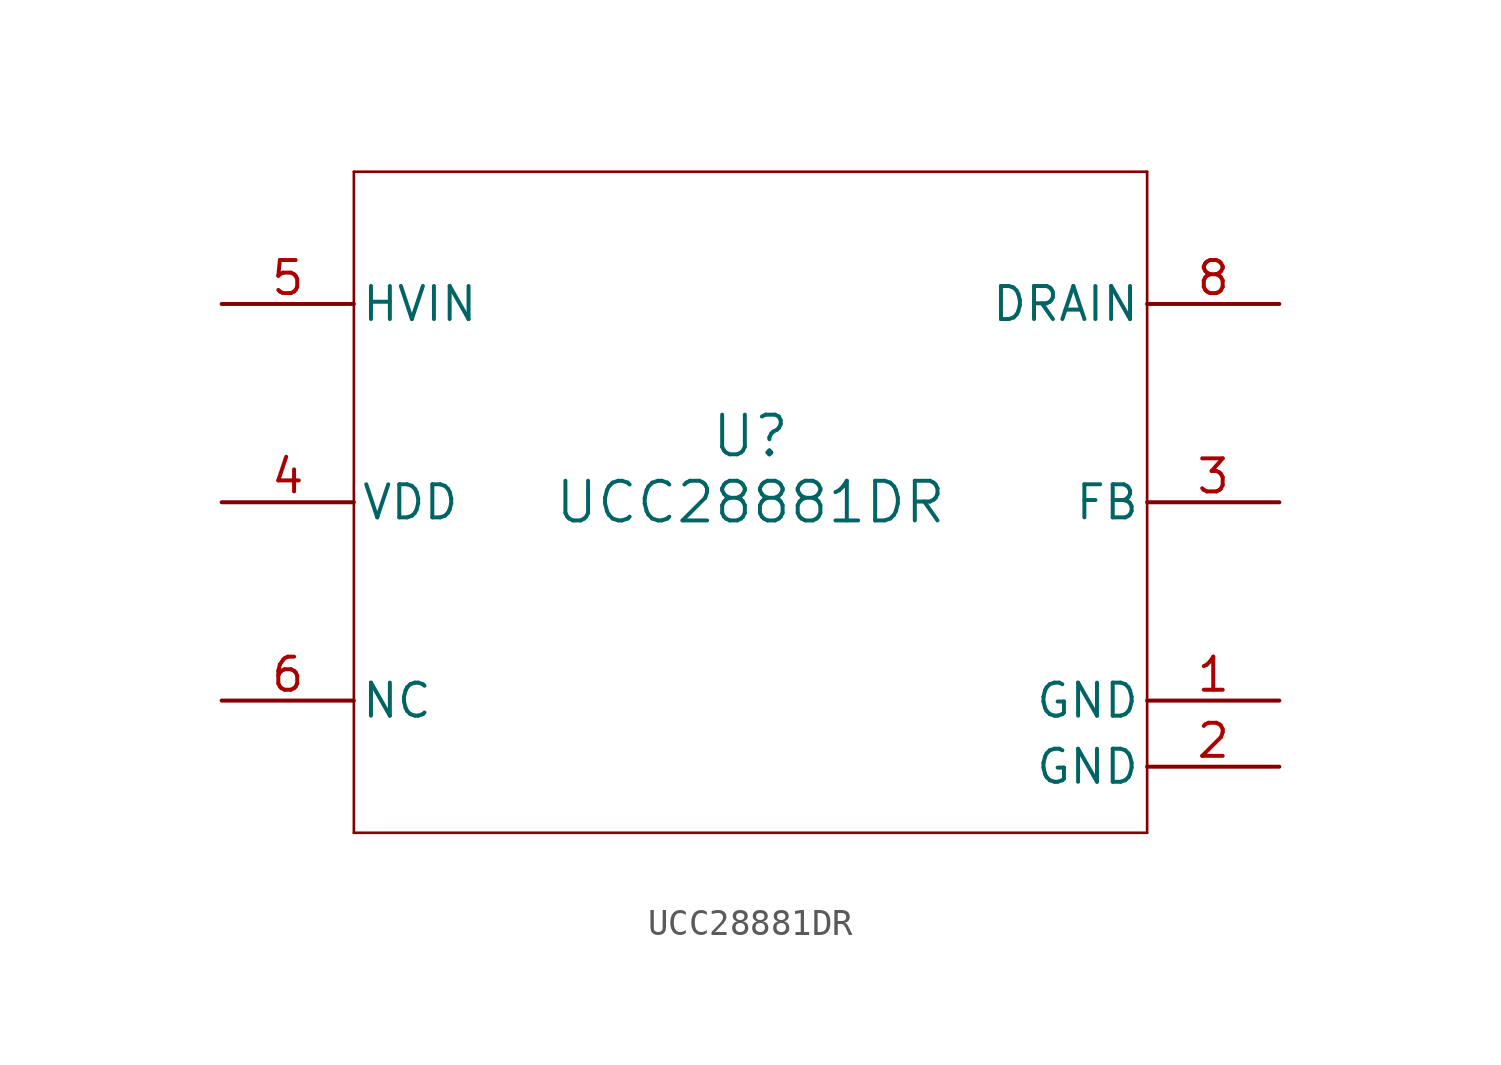
<source format=kicad_sym>
(kicad_symbol_lib
  (version 20211014)
  (generator kicad_symbol_editor)
  (symbol "UCC28881DR"
    (pin_names
      (offset 0.254))
    (property "Reference" "U"
      (at 0 2.54 0)
      (effects (font (size 1.524 1.524))))
    (property "Value" "UCC28881DR"
      (at 0 0 0)
      (effects (font (size 1.524 1.524))))
    (symbol "UCC28881DR_0_1"
      (polyline (pts (xy -15.24 -12.7) (xy 15.24 -12.7)) (stroke (width 0.102) (type default) (color 0 0 0 0)) (fill (type none)))
      (polyline (pts (xy 15.24 -12.7) (xy 15.24 12.7)) (stroke (width 0.102) (type default) (color 0 0 0 0)) (fill (type none)))
      (polyline (pts (xy 15.24 12.7) (xy -15.24 12.7)) (stroke (width 0.102) (type default) (color 0 0 0 0)) (fill (type none)))
      (polyline (pts (xy -15.24 12.7) (xy -15.24 -12.7)) (stroke (width 0.102) (type default) (color 0 0 0 0)) (fill (type none)))
      (pin power_in line (at 20.32 -7.62 180) (length 5.08) (name "GND" (effects (font (size 1.27 1.27)))) (number "1" (effects (font (size 1.27 1.27)))))
      (pin power_in line (at 20.32 -10.16 180) (length 5.08) (name "GND" (effects (font (size 1.27 1.27)))) (number "2" (effects (font (size 1.27 1.27)))))
      (pin input line (at 20.32 0 180) (length 5.08) (name "FB" (effects (font (size 1.27 1.27)))) (number "3" (effects (font (size 1.27 1.27)))))
      (pin power_in line (at -20.32 0 0) (length 5.08) (name "VDD" (effects (font (size 1.27 1.27)))) (number "4" (effects (font (size 1.27 1.27)))))
      (pin power_in line (at -20.32 7.62 0) (length 5.08) (name "HVIN" (effects (font (size 1.27 1.27)))) (number "5" (effects (font (size 1.27 1.27)))))
      (pin unspecified line (at -20.32 -7.62 0) (length 5.08) (name "NC" (effects (font (size 1.27 1.27)))) (number "6" (effects (font (size 1.27 1.27)))))
      (pin unspecified line (at 20.32 7.62 180) (length 5.08) (name "DRAIN" (effects (font (size 1.27 1.27)))) (number "8" (effects (font (size 1.27 1.27))))))))
</source>
